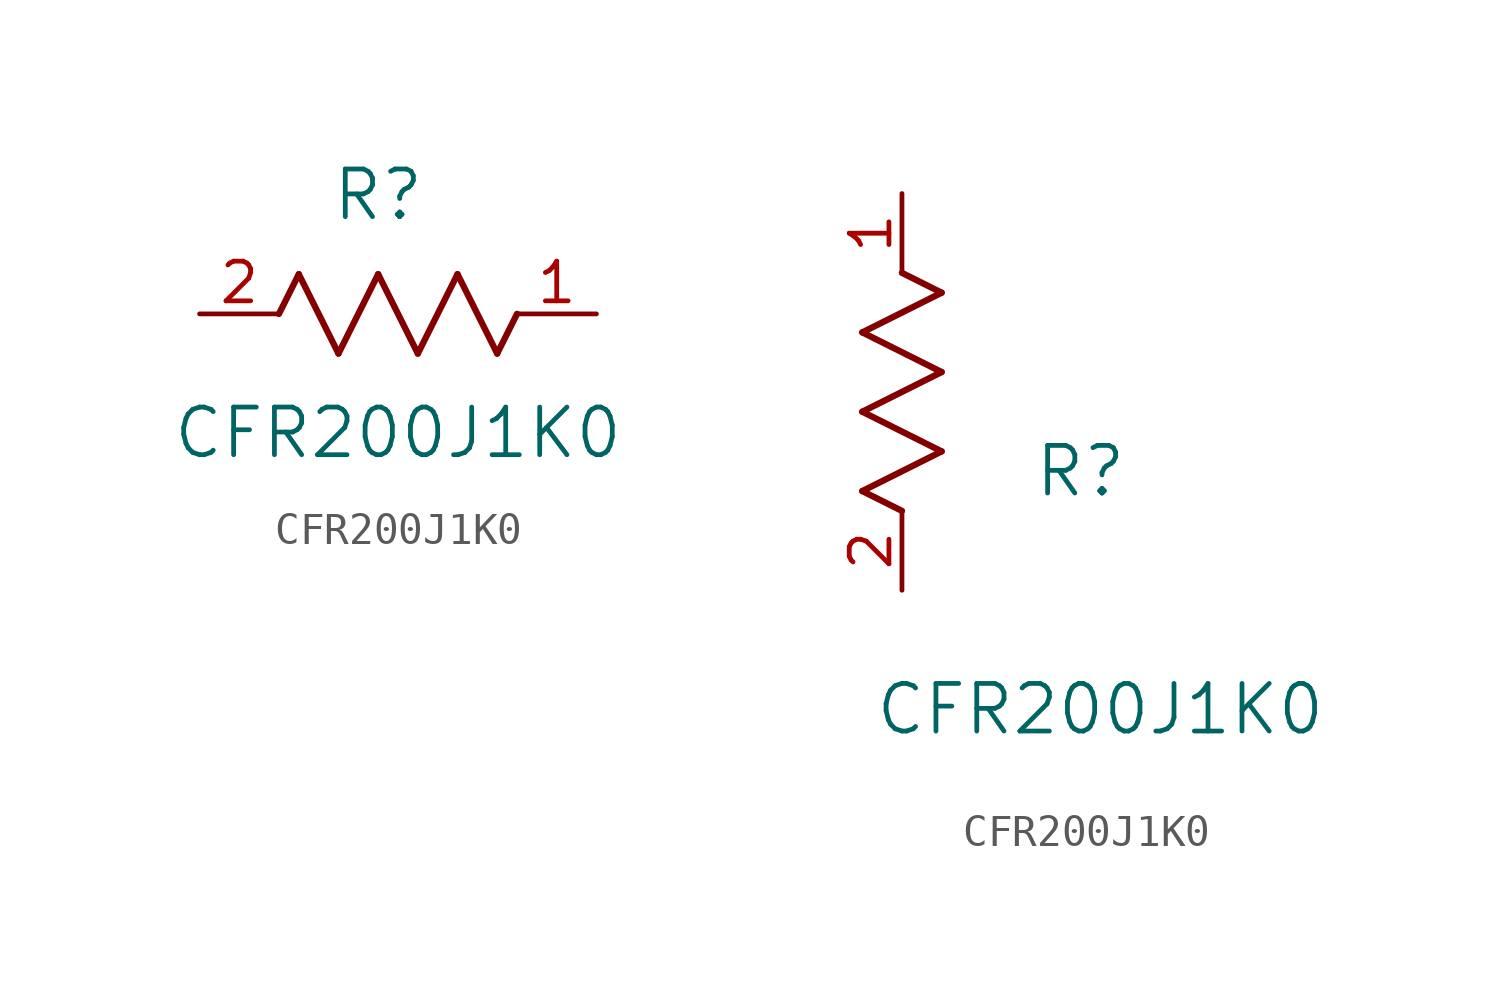
<source format=kicad_sym>
(kicad_symbol_lib
  (version 20211014)
  (generator kicad_symbol_editor)
  (symbol "CFR200J1K0"
    (pin_names
      (offset 0.254))
    (property "Reference" "R"
      (at 5.715 3.81 0)
      (effects (font (size 1.524 1.524))))
    (property "Value" "CFR200J1K0"
      (at 6.35 -3.81 0)
      (effects (font (size 1.524 1.524))))
    (symbol "CFR200J1K0_1_1"
      (polyline (pts (xy 3.175 1.27) (xy 4.445 -1.27)) (stroke (width 0.203) (type default) (color 0 0 0 0)) (fill (type none)))
      (polyline (pts (xy 4.445 -1.27) (xy 5.715 1.27)) (stroke (width 0.203) (type default) (color 0 0 0 0)) (fill (type none)))
      (polyline (pts (xy 5.715 1.27) (xy 6.985 -1.27)) (stroke (width 0.203) (type default) (color 0 0 0 0)) (fill (type none)))
      (polyline (pts (xy 6.985 -1.27) (xy 8.255 1.27)) (stroke (width 0.203) (type default) (color 0 0 0 0)) (fill (type none)))
      (polyline (pts (xy 8.255 1.27) (xy 9.525 -1.27)) (stroke (width 0.203) (type default) (color 0 0 0 0)) (fill (type none)))
      (polyline (pts (xy 2.54 0) (xy 3.175 1.27)) (stroke (width 0.203) (type default) (color 0 0 0 0)) (fill (type none)))
      (polyline (pts (xy 9.525 -1.27) (xy 10.16 0)) (stroke (width 0.203) (type default) (color 0 0 0 0)) (fill (type none)))
      (pin unspecified line (at 0 0 0) (length 2.54) (name "" (effects (font (size 1.27 1.27)))) (number "2" (effects (font (size 1.27 1.27)))))
      (pin unspecified line (at 12.7 0 180) (length 2.54) (name "" (effects (font (size 1.27 1.27)))) (number "1" (effects (font (size 1.27 1.27))))))
    (symbol "CFR200J1K0_1_2"
      (polyline (pts (xy 0 2.54) (xy -1.27 3.175)) (stroke (width 0.203) (type default) (color 0 0 0 0)) (fill (type none)))
      (polyline (pts (xy -1.27 3.175) (xy 1.27 4.445)) (stroke (width 0.203) (type default) (color 0 0 0 0)) (fill (type none)))
      (polyline (pts (xy 1.27 4.445) (xy -1.27 5.715)) (stroke (width 0.203) (type default) (color 0 0 0 0)) (fill (type none)))
      (polyline (pts (xy -1.27 5.715) (xy 1.27 6.985)) (stroke (width 0.203) (type default) (color 0 0 0 0)) (fill (type none)))
      (polyline (pts (xy -1.27 8.255) (xy 1.27 9.525)) (stroke (width 0.203) (type default) (color 0 0 0 0)) (fill (type none)))
      (polyline (pts (xy 1.27 9.525) (xy 0 10.16)) (stroke (width 0.203) (type default) (color 0 0 0 0)) (fill (type none)))
      (polyline (pts (xy 1.27 6.985) (xy -1.27 8.255)) (stroke (width 0.203) (type default) (color 0 0 0 0)) (fill (type none)))
      (pin unspecified line (at 0 0 90) (length 2.54) (name "" (effects (font (size 1.27 1.27)))) (number "2" (effects (font (size 1.27 1.27)))))
      (pin unspecified line (at 0 12.7 270) (length 2.54) (name "" (effects (font (size 1.27 1.27)))) (number "1" (effects (font (size 1.27 1.27))))))))
</source>
